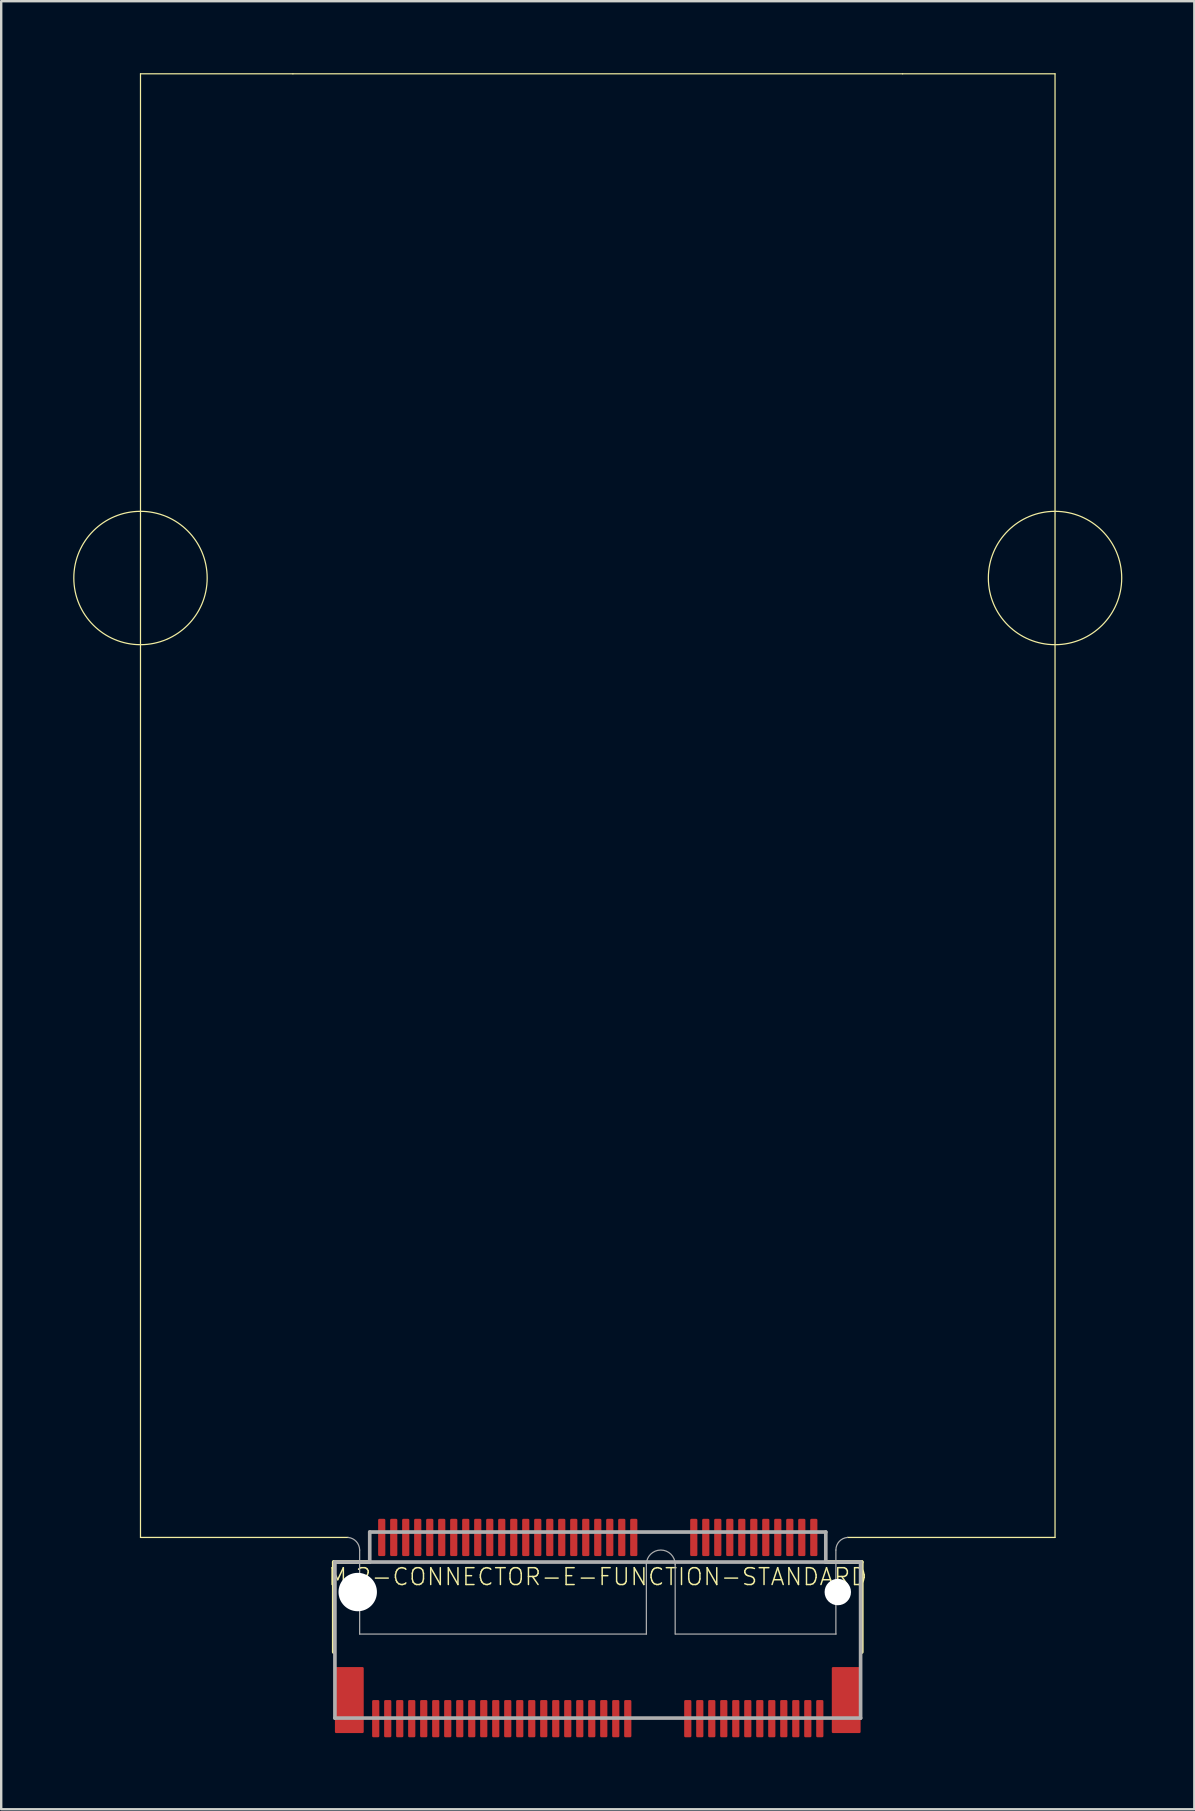
<source format=kicad_pcb>
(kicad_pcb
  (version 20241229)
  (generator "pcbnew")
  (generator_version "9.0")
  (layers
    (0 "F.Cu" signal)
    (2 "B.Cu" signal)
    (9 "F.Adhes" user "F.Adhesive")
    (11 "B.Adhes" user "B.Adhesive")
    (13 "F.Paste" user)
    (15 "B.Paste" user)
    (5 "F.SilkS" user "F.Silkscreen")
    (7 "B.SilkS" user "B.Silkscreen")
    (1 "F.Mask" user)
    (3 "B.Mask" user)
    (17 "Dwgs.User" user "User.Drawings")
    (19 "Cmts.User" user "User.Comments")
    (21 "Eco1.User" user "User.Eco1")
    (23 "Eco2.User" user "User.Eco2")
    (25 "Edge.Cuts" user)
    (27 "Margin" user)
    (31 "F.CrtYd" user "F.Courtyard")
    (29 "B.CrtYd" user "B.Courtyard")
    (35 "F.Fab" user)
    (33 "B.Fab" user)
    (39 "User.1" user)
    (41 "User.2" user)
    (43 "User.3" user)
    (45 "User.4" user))
  (footprint "M.2-CONNECTOR-E-FUNCTION-STANDARD"
    (layer "F.Cu")
    (at 21.853 63.275)
    (property "Reference" "M.2-CONNECTOR-E-FUNCTION-STANDARD" (at 0 -0.635 0) (layer "F.SilkS") (effects (font (size 0.701 0.701) (thickness 0.061))))
    (fp_line (start -19.05 -63.25) (end -12.7 -63.25) (stroke (width 0.051) (type solid)) (layer "F.SilkS"))
    (fp_line (start -19.05 -2.275) (end -19.05 -63.25) (stroke (width 0.051) (type solid)) (layer "F.SilkS"))
    (fp_line (start -12.7 -63.25) (end 12.7 -63.25) (stroke (width 0.051) (type solid)) (layer "F.SilkS"))
    (fp_line (start -11 2.5) (end -11 -1.25) (stroke (width 0.152) (type solid)) (layer "F.SilkS"))
    (fp_line (start -10.4 -2.275) (end -19.05 -2.275) (stroke (width 0.051) (type solid)) (layer "F.SilkS"))
    (fp_line (start -9.5 -1.25) (end -11 -1.25) (stroke (width 0.152) (type solid)) (layer "F.SilkS"))
    (fp_line (start 10.4 -2.275) (end 19.05 -2.275) (stroke (width 0.051) (type solid)) (layer "F.SilkS"))
    (fp_line (start 11 -1.25) (end 9.5 -1.25) (stroke (width 0.152) (type solid)) (layer "F.SilkS"))
    (fp_line (start 11 2.5) (end 11 -1.25) (stroke (width 0.152) (type solid)) (layer "F.SilkS"))
    (fp_line (start 12.7 -63.25) (end 19.05 -63.25) (stroke (width 0.051) (type solid)) (layer "F.SilkS"))
    (fp_line (start 19.05 -2.275) (end 19.05 -63.25) (stroke (width 0.051) (type solid)) (layer "F.SilkS"))
    (fp_circle (center -19.05 -42.245) (end -16.272 -42.245) (stroke (width 0.051) (type solid)) (fill no) (layer "F.SilkS"))
    (fp_circle (center 19.05 -42.245) (end 21.828 -42.245) (stroke (width 0.051) (type solid)) (fill no) (layer "F.SilkS"))
    (fp_poly (pts (xy -9.4 6.05) (xy -9.1 6.05) (xy -9.1 4.5) (xy -9.4 4.5)) (stroke (width 0) (type default)) (fill yes) (layer "F.Paste"))
    (fp_poly (pts (xy -9.15 -1.5) (xy -8.85 -1.5) (xy -8.85 -3.05) (xy -9.15 -3.05)) (stroke (width 0) (type default)) (fill yes) (layer "F.Paste"))
    (fp_poly (pts (xy -8.9 6.05) (xy -8.6 6.05) (xy -8.6 4.5) (xy -8.9 4.5)) (stroke (width 0) (type default)) (fill yes) (layer "F.Paste"))
    (fp_poly (pts (xy -8.65 -1.5) (xy -8.35 -1.5) (xy -8.35 -3.05) (xy -8.65 -3.05)) (stroke (width 0) (type default)) (fill yes) (layer "F.Paste"))
    (fp_poly (pts (xy -8.4 6.05) (xy -8.1 6.05) (xy -8.1 4.5) (xy -8.4 4.5)) (stroke (width 0) (type default)) (fill yes) (layer "F.Paste"))
    (fp_poly (pts (xy -8.15 -1.5) (xy -7.85 -1.5) (xy -7.85 -3.05) (xy -8.15 -3.05)) (stroke (width 0) (type default)) (fill yes) (layer "F.Paste"))
    (fp_poly (pts (xy -7.9 6.05) (xy -7.6 6.05) (xy -7.6 4.5) (xy -7.9 4.5)) (stroke (width 0) (type default)) (fill yes) (layer "F.Paste"))
    (fp_poly (pts (xy -7.65 -1.5) (xy -7.35 -1.5) (xy -7.35 -3.05) (xy -7.65 -3.05)) (stroke (width 0) (type default)) (fill yes) (layer "F.Paste"))
    (fp_poly (pts (xy -7.4 6.05) (xy -7.1 6.05) (xy -7.1 4.5) (xy -7.4 4.5)) (stroke (width 0) (type default)) (fill yes) (layer "F.Paste"))
    (fp_poly (pts (xy -7.15 -1.5) (xy -6.85 -1.5) (xy -6.85 -3.05) (xy -7.15 -3.05)) (stroke (width 0) (type default)) (fill yes) (layer "F.Paste"))
    (fp_poly (pts (xy -6.9 6.05) (xy -6.6 6.05) (xy -6.6 4.5) (xy -6.9 4.5)) (stroke (width 0) (type default)) (fill yes) (layer "F.Paste"))
    (fp_poly (pts (xy -6.65 -1.5) (xy -6.35 -1.5) (xy -6.35 -3.05) (xy -6.65 -3.05)) (stroke (width 0) (type default)) (fill yes) (layer "F.Paste"))
    (fp_poly (pts (xy -6.4 6.05) (xy -6.1 6.05) (xy -6.1 4.5) (xy -6.4 4.5)) (stroke (width 0) (type default)) (fill yes) (layer "F.Paste"))
    (fp_poly (pts (xy -6.15 -1.5) (xy -5.85 -1.5) (xy -5.85 -3.05) (xy -6.15 -3.05)) (stroke (width 0) (type default)) (fill yes) (layer "F.Paste"))
    (fp_poly (pts (xy -5.9 6.05) (xy -5.6 6.05) (xy -5.6 4.5) (xy -5.9 4.5)) (stroke (width 0) (type default)) (fill yes) (layer "F.Paste"))
    (fp_poly (pts (xy -5.65 -1.5) (xy -5.35 -1.5) (xy -5.35 -3.05) (xy -5.65 -3.05)) (stroke (width 0) (type default)) (fill yes) (layer "F.Paste"))
    (fp_poly (pts (xy -5.4 6.05) (xy -5.1 6.05) (xy -5.1 4.5) (xy -5.4 4.5)) (stroke (width 0) (type default)) (fill yes) (layer "F.Paste"))
    (fp_poly (pts (xy -5.15 -1.5) (xy -4.85 -1.5) (xy -4.85 -3.05) (xy -5.15 -3.05)) (stroke (width 0) (type default)) (fill yes) (layer "F.Paste"))
    (fp_poly (pts (xy -4.9 6.05) (xy -4.6 6.05) (xy -4.6 4.5) (xy -4.9 4.5)) (stroke (width 0) (type default)) (fill yes) (layer "F.Paste"))
    (fp_poly (pts (xy -4.65 -1.5) (xy -4.35 -1.5) (xy -4.35 -3.05) (xy -4.65 -3.05)) (stroke (width 0) (type default)) (fill yes) (layer "F.Paste"))
    (fp_poly (pts (xy -4.4 6.05) (xy -4.1 6.05) (xy -4.1 4.5) (xy -4.4 4.5)) (stroke (width 0) (type default)) (fill yes) (layer "F.Paste"))
    (fp_poly (pts (xy -4.15 -1.5) (xy -3.85 -1.5) (xy -3.85 -3.05) (xy -4.15 -3.05)) (stroke (width 0) (type default)) (fill yes) (layer "F.Paste"))
    (fp_poly (pts (xy -3.9 6.05) (xy -3.6 6.05) (xy -3.6 4.5) (xy -3.9 4.5)) (stroke (width 0) (type default)) (fill yes) (layer "F.Paste"))
    (fp_poly (pts (xy -3.65 -1.5) (xy -3.35 -1.5) (xy -3.35 -3.05) (xy -3.65 -3.05)) (stroke (width 0) (type default)) (fill yes) (layer "F.Paste"))
    (fp_poly (pts (xy -3.4 6.05) (xy -3.1 6.05) (xy -3.1 4.5) (xy -3.4 4.5)) (stroke (width 0) (type default)) (fill yes) (layer "F.Paste"))
    (fp_poly (pts (xy -3.15 -1.5) (xy -2.85 -1.5) (xy -2.85 -3.05) (xy -3.15 -3.05)) (stroke (width 0) (type default)) (fill yes) (layer "F.Paste"))
    (fp_poly (pts (xy -2.9 6.05) (xy -2.6 6.05) (xy -2.6 4.5) (xy -2.9 4.5)) (stroke (width 0) (type default)) (fill yes) (layer "F.Paste"))
    (fp_poly (pts (xy -2.65 -1.5) (xy -2.35 -1.5) (xy -2.35 -3.05) (xy -2.65 -3.05)) (stroke (width 0) (type default)) (fill yes) (layer "F.Paste"))
    (fp_poly (pts (xy -2.4 6.05) (xy -2.1 6.05) (xy -2.1 4.5) (xy -2.4 4.5)) (stroke (width 0) (type default)) (fill yes) (layer "F.Paste"))
    (fp_poly (pts (xy -2.15 -1.5) (xy -1.85 -1.5) (xy -1.85 -3.05) (xy -2.15 -3.05)) (stroke (width 0) (type default)) (fill yes) (layer "F.Paste"))
    (fp_poly (pts (xy -1.9 6.05) (xy -1.6 6.05) (xy -1.6 4.5) (xy -1.9 4.5)) (stroke (width 0) (type default)) (fill yes) (layer "F.Paste"))
    (fp_poly (pts (xy -1.65 -1.5) (xy -1.35 -1.5) (xy -1.35 -3.05) (xy -1.65 -3.05)) (stroke (width 0) (type default)) (fill yes) (layer "F.Paste"))
    (fp_poly (pts (xy -1.4 6.05) (xy -1.1 6.05) (xy -1.1 4.5) (xy -1.4 4.5)) (stroke (width 0) (type default)) (fill yes) (layer "F.Paste"))
    (fp_poly (pts (xy -1.15 -1.5) (xy -0.85 -1.5) (xy -0.85 -3.05) (xy -1.15 -3.05)) (stroke (width 0) (type default)) (fill yes) (layer "F.Paste"))
    (fp_poly (pts (xy -0.9 6.05) (xy -0.6 6.05) (xy -0.6 4.5) (xy -0.9 4.5)) (stroke (width 0) (type default)) (fill yes) (layer "F.Paste"))
    (fp_poly (pts (xy -0.65 -1.5) (xy -0.35 -1.5) (xy -0.35 -3.05) (xy -0.65 -3.05)) (stroke (width 0) (type default)) (fill yes) (layer "F.Paste"))
    (fp_poly (pts (xy -0.4 6.05) (xy -0.1 6.05) (xy -0.1 4.5) (xy -0.4 4.5)) (stroke (width 0) (type default)) (fill yes) (layer "F.Paste"))
    (fp_poly (pts (xy -0.15 -1.5) (xy 0.15 -1.5) (xy 0.15 -3.05) (xy -0.15 -3.05)) (stroke (width 0) (type default)) (fill yes) (layer "F.Paste"))
    (fp_poly (pts (xy 0.1 6.05) (xy 0.4 6.05) (xy 0.4 4.5) (xy 0.1 4.5)) (stroke (width 0) (type default)) (fill yes) (layer "F.Paste"))
    (fp_poly (pts (xy 0.35 -1.5) (xy 0.65 -1.5) (xy 0.65 -3.05) (xy 0.35 -3.05)) (stroke (width 0) (type default)) (fill yes) (layer "F.Paste"))
    (fp_poly (pts (xy 0.6 6.05) (xy 0.9 6.05) (xy 0.9 4.5) (xy 0.6 4.5)) (stroke (width 0) (type default)) (fill yes) (layer "F.Paste"))
    (fp_poly (pts (xy 0.85 -1.5) (xy 1.15 -1.5) (xy 1.15 -3.05) (xy 0.85 -3.05)) (stroke (width 0) (type default)) (fill yes) (layer "F.Paste"))
    (fp_poly (pts (xy 1.1 6.05) (xy 1.4 6.05) (xy 1.4 4.5) (xy 1.1 4.5)) (stroke (width 0) (type default)) (fill yes) (layer "F.Paste"))
    (fp_poly (pts (xy 1.35 -1.5) (xy 1.65 -1.5) (xy 1.65 -3.05) (xy 1.35 -3.05)) (stroke (width 0) (type default)) (fill yes) (layer "F.Paste"))
    (fp_poly (pts (xy 3.6 6.05) (xy 3.9 6.05) (xy 3.9 4.5) (xy 3.6 4.5)) (stroke (width 0) (type default)) (fill yes) (layer "F.Paste"))
    (fp_poly (pts (xy 3.85 -1.5) (xy 4.15 -1.5) (xy 4.15 -3.05) (xy 3.85 -3.05)) (stroke (width 0) (type default)) (fill yes) (layer "F.Paste"))
    (fp_poly (pts (xy 4.1 6.05) (xy 4.4 6.05) (xy 4.4 4.5) (xy 4.1 4.5)) (stroke (width 0) (type default)) (fill yes) (layer "F.Paste"))
    (fp_poly (pts (xy 4.35 -1.5) (xy 4.65 -1.5) (xy 4.65 -3.05) (xy 4.35 -3.05)) (stroke (width 0) (type default)) (fill yes) (layer "F.Paste"))
    (fp_poly (pts (xy 4.6 6.05) (xy 4.9 6.05) (xy 4.9 4.5) (xy 4.6 4.5)) (stroke (width 0) (type default)) (fill yes) (layer "F.Paste"))
    (fp_poly (pts (xy 4.85 -1.5) (xy 5.15 -1.5) (xy 5.15 -3.05) (xy 4.85 -3.05)) (stroke (width 0) (type default)) (fill yes) (layer "F.Paste"))
    (fp_poly (pts (xy 5.1 6.05) (xy 5.4 6.05) (xy 5.4 4.5) (xy 5.1 4.5)) (stroke (width 0) (type default)) (fill yes) (layer "F.Paste"))
    (fp_poly (pts (xy 5.35 -1.5) (xy 5.65 -1.5) (xy 5.65 -3.05) (xy 5.35 -3.05)) (stroke (width 0) (type default)) (fill yes) (layer "F.Paste"))
    (fp_poly (pts (xy 5.6 6.05) (xy 5.9 6.05) (xy 5.9 4.5) (xy 5.6 4.5)) (stroke (width 0) (type default)) (fill yes) (layer "F.Paste"))
    (fp_poly (pts (xy 5.85 -1.5) (xy 6.15 -1.5) (xy 6.15 -3.05) (xy 5.85 -3.05)) (stroke (width 0) (type default)) (fill yes) (layer "F.Paste"))
    (fp_poly (pts (xy 6.1 6.05) (xy 6.4 6.05) (xy 6.4 4.5) (xy 6.1 4.5)) (stroke (width 0) (type default)) (fill yes) (layer "F.Paste"))
    (fp_poly (pts (xy 6.35 -1.5) (xy 6.65 -1.5) (xy 6.65 -3.05) (xy 6.35 -3.05)) (stroke (width 0) (type default)) (fill yes) (layer "F.Paste"))
    (fp_poly (pts (xy 6.6 6.05) (xy 6.9 6.05) (xy 6.9 4.5) (xy 6.6 4.5)) (stroke (width 0) (type default)) (fill yes) (layer "F.Paste"))
    (fp_poly (pts (xy 6.85 -1.5) (xy 7.15 -1.5) (xy 7.15 -3.05) (xy 6.85 -3.05)) (stroke (width 0) (type default)) (fill yes) (layer "F.Paste"))
    (fp_poly (pts (xy 7.1 6.05) (xy 7.4 6.05) (xy 7.4 4.5) (xy 7.1 4.5)) (stroke (width 0) (type default)) (fill yes) (layer "F.Paste"))
    (fp_poly (pts (xy 7.35 -1.5) (xy 7.65 -1.5) (xy 7.65 -3.05) (xy 7.35 -3.05)) (stroke (width 0) (type default)) (fill yes) (layer "F.Paste"))
    (fp_poly (pts (xy 7.6 6.05) (xy 7.9 6.05) (xy 7.9 4.5) (xy 7.6 4.5)) (stroke (width 0) (type default)) (fill yes) (layer "F.Paste"))
    (fp_poly (pts (xy 7.85 -1.5) (xy 8.15 -1.5) (xy 8.15 -3.05) (xy 7.85 -3.05)) (stroke (width 0) (type default)) (fill yes) (layer "F.Paste"))
    (fp_poly (pts (xy 8.1 6.05) (xy 8.4 6.05) (xy 8.4 4.5) (xy 8.1 4.5)) (stroke (width 0) (type default)) (fill yes) (layer "F.Paste"))
    (fp_poly (pts (xy 8.35 -1.5) (xy 8.65 -1.5) (xy 8.65 -3.05) (xy 8.35 -3.05)) (stroke (width 0) (type default)) (fill yes) (layer "F.Paste"))
    (fp_poly (pts (xy 8.6 6.05) (xy 8.9 6.05) (xy 8.9 4.5) (xy 8.6 4.5)) (stroke (width 0) (type default)) (fill yes) (layer "F.Paste"))
    (fp_poly (pts (xy 8.85 -1.5) (xy 9.15 -1.5) (xy 9.15 -3.05) (xy 8.85 -3.05)) (stroke (width 0) (type default)) (fill yes) (layer "F.Paste"))
    (fp_poly (pts (xy 9.1 6.05) (xy 9.4 6.05) (xy 9.4 4.5) (xy 9.1 4.5)) (stroke (width 0) (type default)) (fill yes) (layer "F.Paste"))
    (fp_line (start -10.95 -1.25) (end -10.95 5.25) (stroke (width 0.152) (type solid)) (layer "F.Fab"))
    (fp_line (start -10.95 5.25) (end 10.95 5.25) (stroke (width 0.152) (type solid)) (layer "F.Fab"))
    (fp_line (start -9.92 1.75) (end -9.92 -1.75) (stroke (width 0.051) (type solid)) (layer "F.Fab"))
    (fp_line (start -9.5 -2.5) (end -9.5 -1.25) (stroke (width 0.152) (type solid)) (layer "F.Fab"))
    (fp_line (start -9.5 -1.25) (end -10.95 -1.25) (stroke (width 0.152) (type solid)) (layer "F.Fab"))
    (fp_line (start 2.025 -1.15) (end 2.025 1.75) (stroke (width 0.051) (type solid)) (layer "F.Fab"))
    (fp_line (start 2.03 1.75) (end -9.92 1.75) (stroke (width 0.051) (type solid)) (layer "F.Fab"))
    (fp_line (start 3.225 -1.15) (end 3.225 1.75) (stroke (width 0.051) (type solid)) (layer "F.Fab"))
    (fp_line (start 9.5 -2.5) (end -9.5 -2.5) (stroke (width 0.152) (type solid)) (layer "F.Fab"))
    (fp_line (start 9.5 -2.5) (end 9.5 -1.25) (stroke (width 0.152) (type solid)) (layer "F.Fab"))
    (fp_line (start 9.5 -1.25) (end -9.5 -1.25) (stroke (width 0.152) (type solid)) (layer "F.Fab"))
    (fp_line (start 9.92 -1.75) (end 9.92 1.75) (stroke (width 0.051) (type solid)) (layer "F.Fab"))
    (fp_line (start 9.93 1.75) (end 3.23 1.75) (stroke (width 0.051) (type solid)) (layer "F.Fab"))
    (fp_line (start 10.95 -1.25) (end 9.5 -1.25) (stroke (width 0.152) (type solid)) (layer "F.Fab"))
    (fp_line (start 10.95 5.25) (end 10.95 -1.25) (stroke (width 0.152) (type solid)) (layer "F.Fab"))
    (fp_arc (start -10.4 -2.275) (mid -10.059471 -2.104412) (end -9.919998 -1.75) (stroke (width 0.0508) (type solid)) (layer "F.Fab"))
    (fp_arc (start 2.025 -1.15) (mid 2.625 -1.75) (end 3.225 -1.15) (stroke (width 0.0508) (type solid)) (layer "F.Fab"))
    (fp_arc (start 9.919999 -1.750001) (mid 10.057948 -2.10579) (end 10.4 -2.275) (stroke (width 0.0508) (type solid)) (layer "F.Fab"))
    (pad "" np_thru_hole circle (at -10 0) (size 1.6 1.6) (drill 1.6) (layers "*.Cu" "*.Mask"))
    (pad "" np_thru_hole circle (at 10 0) (size 1.1 1.1) (drill 1.1) (layers "*.Cu" "*.Mask"))
    (pad "1" smd roundrect (at 9.25 5.275 180) (size 0.3 1.55) (layers "F.Cu" "F.Mask") (roundrect_rratio 0.169))
    (pad "2" smd roundrect (at 9 -2.275 180) (size 0.3 1.55) (layers "F.Cu" "F.Mask") (roundrect_rratio 0.169))
    (pad "3" smd roundrect (at 8.75 5.275 180) (size 0.3 1.55) (layers "F.Cu" "F.Mask") (roundrect_rratio 0.169))
    (pad "4" smd roundrect (at 8.5 -2.275 180) (size 0.3 1.55) (layers "F.Cu" "F.Mask") (roundrect_rratio 0.169))
    (pad "5" smd roundrect (at 8.25 5.275 180) (size 0.3 1.55) (layers "F.Cu" "F.Mask") (roundrect_rratio 0.169))
    (pad "6" smd roundrect (at 8 -2.275 180) (size 0.3 1.55) (layers "F.Cu" "F.Mask") (roundrect_rratio 0.169))
    (pad "7" smd roundrect (at 7.75 5.275 180) (size 0.3 1.55) (layers "F.Cu" "F.Mask") (roundrect_rratio 0.169))
    (pad "8" smd roundrect (at 7.5 -2.275 180) (size 0.3 1.55) (layers "F.Cu" "F.Mask") (roundrect_rratio 0.169))
    (pad "9" smd roundrect (at 7.25 5.275 180) (size 0.3 1.55) (layers "F.Cu" "F.Mask") (roundrect_rratio 0.169))
    (pad "10" smd roundrect (at 7 -2.275 180) (size 0.3 1.55) (layers "F.Cu" "F.Mask") (roundrect_rratio 0.169))
    (pad "11" smd roundrect (at 6.75 5.275 180) (size 0.3 1.55) (layers "F.Cu" "F.Mask") (roundrect_rratio 0.169))
    (pad "12" smd roundrect (at 6.5 -2.275 180) (size 0.3 1.55) (layers "F.Cu" "F.Mask") (roundrect_rratio 0.169))
    (pad "13" smd roundrect (at 6.25 5.275 180) (size 0.3 1.55) (layers "F.Cu" "F.Mask") (roundrect_rratio 0.169))
    (pad "14" smd roundrect (at 6 -2.275 180) (size 0.3 1.55) (layers "F.Cu" "F.Mask") (roundrect_rratio 0.169))
    (pad "15" smd roundrect (at 5.75 5.275 180) (size 0.3 1.55) (layers "F.Cu" "F.Mask") (roundrect_rratio 0.169))
    (pad "16" smd roundrect (at 5.5 -2.275 180) (size 0.3 1.55) (layers "F.Cu" "F.Mask") (roundrect_rratio 0.169))
    (pad "17" smd roundrect (at 5.25 5.275 180) (size 0.3 1.55) (layers "F.Cu" "F.Mask") (roundrect_rratio 0.169))
    (pad "18" smd roundrect (at 5 -2.275 180) (size 0.3 1.55) (layers "F.Cu" "F.Mask") (roundrect_rratio 0.169))
    (pad "19" smd roundrect (at 4.75 5.275 180) (size 0.3 1.55) (layers "F.Cu" "F.Mask") (roundrect_rratio 0.169))
    (pad "20" smd roundrect (at 4.5 -2.275 180) (size 0.3 1.55) (layers "F.Cu" "F.Mask") (roundrect_rratio 0.169))
    (pad "21" smd roundrect (at 4.25 5.275 180) (size 0.3 1.55) (layers "F.Cu" "F.Mask") (roundrect_rratio 0.169))
    (pad "22" smd roundrect (at 4 -2.275 180) (size 0.3 1.55) (layers "F.Cu" "F.Mask") (roundrect_rratio 0.169))
    (pad "23" smd roundrect (at 3.75 5.275 180) (size 0.3 1.55) (layers "F.Cu" "F.Mask") (roundrect_rratio 0.169))
    (pad "32" smd roundrect (at 1.5 -2.275 180) (size 0.3 1.55) (layers "F.Cu" "F.Mask") (roundrect_rratio 0.169))
    (pad "33" smd roundrect (at 1.25 5.275 180) (size 0.3 1.55) (layers "F.Cu" "F.Mask") (roundrect_rratio 0.169))
    (pad "34" smd roundrect (at 1 -2.275 180) (size 0.3 1.55) (layers "F.Cu" "F.Mask") (roundrect_rratio 0.169))
    (pad "35" smd roundrect (at 0.75 5.275 180) (size 0.3 1.55) (layers "F.Cu" "F.Mask") (roundrect_rratio 0.169))
    (pad "36" smd roundrect (at 0.5 -2.275 180) (size 0.3 1.55) (layers "F.Cu" "F.Mask") (roundrect_rratio 0.169))
    (pad "37" smd roundrect (at 0.25 5.275 180) (size 0.3 1.55) (layers "F.Cu" "F.Mask") (roundrect_rratio 0.169))
    (pad "38" smd roundrect (at 0 -2.275 180) (size 0.3 1.55) (layers "F.Cu" "F.Mask") (roundrect_rratio 0.169))
    (pad "39" smd roundrect (at -0.25 5.275 180) (size 0.3 1.55) (layers "F.Cu" "F.Mask") (roundrect_rratio 0.169))
    (pad "40" smd roundrect (at -0.5 -2.275 180) (size 0.3 1.55) (layers "F.Cu" "F.Mask") (roundrect_rratio 0.169))
    (pad "41" smd roundrect (at -0.75 5.275 180) (size 0.3 1.55) (layers "F.Cu" "F.Mask") (roundrect_rratio 0.169))
    (pad "42" smd roundrect (at -1 -2.275 180) (size 0.3 1.55) (layers "F.Cu" "F.Mask") (roundrect_rratio 0.169))
    (pad "43" smd roundrect (at -1.25 5.275 180) (size 0.3 1.55) (layers "F.Cu" "F.Mask") (roundrect_rratio 0.169))
    (pad "44" smd roundrect (at -1.5 -2.275 180) (size 0.3 1.55) (layers "F.Cu" "F.Mask") (roundrect_rratio 0.169))
    (pad "45" smd roundrect (at -1.75 5.275 180) (size 0.3 1.55) (layers "F.Cu" "F.Mask") (roundrect_rratio 0.169))
    (pad "46" smd roundrect (at -2 -2.275 180) (size 0.3 1.55) (layers "F.Cu" "F.Mask") (roundrect_rratio 0.169))
    (pad "47" smd roundrect (at -2.25 5.275 180) (size 0.3 1.55) (layers "F.Cu" "F.Mask") (roundrect_rratio 0.169))
    (pad "48" smd roundrect (at -2.5 -2.275 180) (size 0.3 1.55) (layers "F.Cu" "F.Mask") (roundrect_rratio 0.169))
    (pad "49" smd roundrect (at -2.75 5.275 180) (size 0.3 1.55) (layers "F.Cu" "F.Mask") (roundrect_rratio 0.169))
    (pad "50" smd roundrect (at -3 -2.275 180) (size 0.3 1.55) (layers "F.Cu" "F.Mask") (roundrect_rratio 0.169))
    (pad "51" smd roundrect (at -3.25 5.275 180) (size 0.3 1.55) (layers "F.Cu" "F.Mask") (roundrect_rratio 0.169))
    (pad "52" smd roundrect (at -3.5 -2.275 180) (size 0.3 1.55) (layers "F.Cu" "F.Mask") (roundrect_rratio 0.169))
    (pad "53" smd roundrect (at -3.75 5.275 180) (size 0.3 1.55) (layers "F.Cu" "F.Mask") (roundrect_rratio 0.169))
    (pad "54" smd roundrect (at -4 -2.275 180) (size 0.3 1.55) (layers "F.Cu" "F.Mask") (roundrect_rratio 0.169))
    (pad "55" smd roundrect (at -4.25 5.275 180) (size 0.3 1.55) (layers "F.Cu" "F.Mask") (roundrect_rratio 0.169))
    (pad "56" smd roundrect (at -4.5 -2.275 180) (size 0.3 1.55) (layers "F.Cu" "F.Mask") (roundrect_rratio 0.169))
    (pad "57" smd roundrect (at -4.75 5.275 180) (size 0.3 1.55) (layers "F.Cu" "F.Mask") (roundrect_rratio 0.169))
    (pad "58" smd roundrect (at -5 -2.275 180) (size 0.3 1.55) (layers "F.Cu" "F.Mask") (roundrect_rratio 0.169))
    (pad "59" smd roundrect (at -5.25 5.275 180) (size 0.3 1.55) (layers "F.Cu" "F.Mask") (roundrect_rratio 0.169))
    (pad "60" smd roundrect (at -5.5 -2.275 180) (size 0.3 1.55) (layers "F.Cu" "F.Mask") (roundrect_rratio 0.169))
    (pad "61" smd roundrect (at -5.75 5.275 180) (size 0.3 1.55) (layers "F.Cu" "F.Mask") (roundrect_rratio 0.169))
    (pad "62" smd roundrect (at -6 -2.275 180) (size 0.3 1.55) (layers "F.Cu" "F.Mask") (roundrect_rratio 0.169))
    (pad "63" smd roundrect (at -6.25 5.275 180) (size 0.3 1.55) (layers "F.Cu" "F.Mask") (roundrect_rratio 0.169))
    (pad "64" smd roundrect (at -6.5 -2.275 180) (size 0.3 1.55) (layers "F.Cu" "F.Mask") (roundrect_rratio 0.169))
    (pad "65" smd roundrect (at -6.75 5.275 180) (size 0.3 1.55) (layers "F.Cu" "F.Mask") (roundrect_rratio 0.169))
    (pad "66" smd roundrect (at -7 -2.275 180) (size 0.3 1.55) (layers "F.Cu" "F.Mask") (roundrect_rratio 0.169))
    (pad "67" smd roundrect (at -7.25 5.275 180) (size 0.3 1.55) (layers "F.Cu" "F.Mask") (roundrect_rratio 0.169))
    (pad "68" smd roundrect (at -7.5 -2.275 180) (size 0.3 1.55) (layers "F.Cu" "F.Mask") (roundrect_rratio 0.169))
    (pad "69" smd roundrect (at -7.75 5.275 180) (size 0.3 1.55) (layers "F.Cu" "F.Mask") (roundrect_rratio 0.169))
    (pad "70" smd roundrect (at -8 -2.275 180) (size 0.3 1.55) (layers "F.Cu" "F.Mask") (roundrect_rratio 0.169))
    (pad "71" smd roundrect (at -8.25 5.275 180) (size 0.3 1.55) (layers "F.Cu" "F.Mask") (roundrect_rratio 0.169))
    (pad "72" smd roundrect (at -8.5 -2.275 180) (size 0.3 1.55) (layers "F.Cu" "F.Mask") (roundrect_rratio 0.169))
    (pad "73" smd roundrect (at -8.75 5.275 180) (size 0.3 1.55) (layers "F.Cu" "F.Mask") (roundrect_rratio 0.169))
    (pad "74" smd roundrect (at -9 -2.275 180) (size 0.3 1.55) (layers "F.Cu" "F.Mask") (roundrect_rratio 0.169))
    (pad "75" smd roundrect (at -9.25 5.275 180) (size 0.3 1.55) (layers "F.Cu" "F.Mask") (roundrect_rratio 0.169))
    (pad "A1" smd roundrect (at 10.35 4.5 180) (size 1.2 2.75) (layers "F.Cu" "F.Mask" "F.Paste") (roundrect_rratio 0.042))
    (pad "A2" smd roundrect (at -10.35 4.5 180) (size 1.2 2.75) (layers "F.Cu" "F.Mask" "F.Paste") (roundrect_rratio 0.042)))
  (gr_rect
    (start -3 -3)
    (end 46.706 72.325)
    (stroke (width 0.1) (type default))
    (fill no)
    (layer "Edge.Cuts")))
</source>
